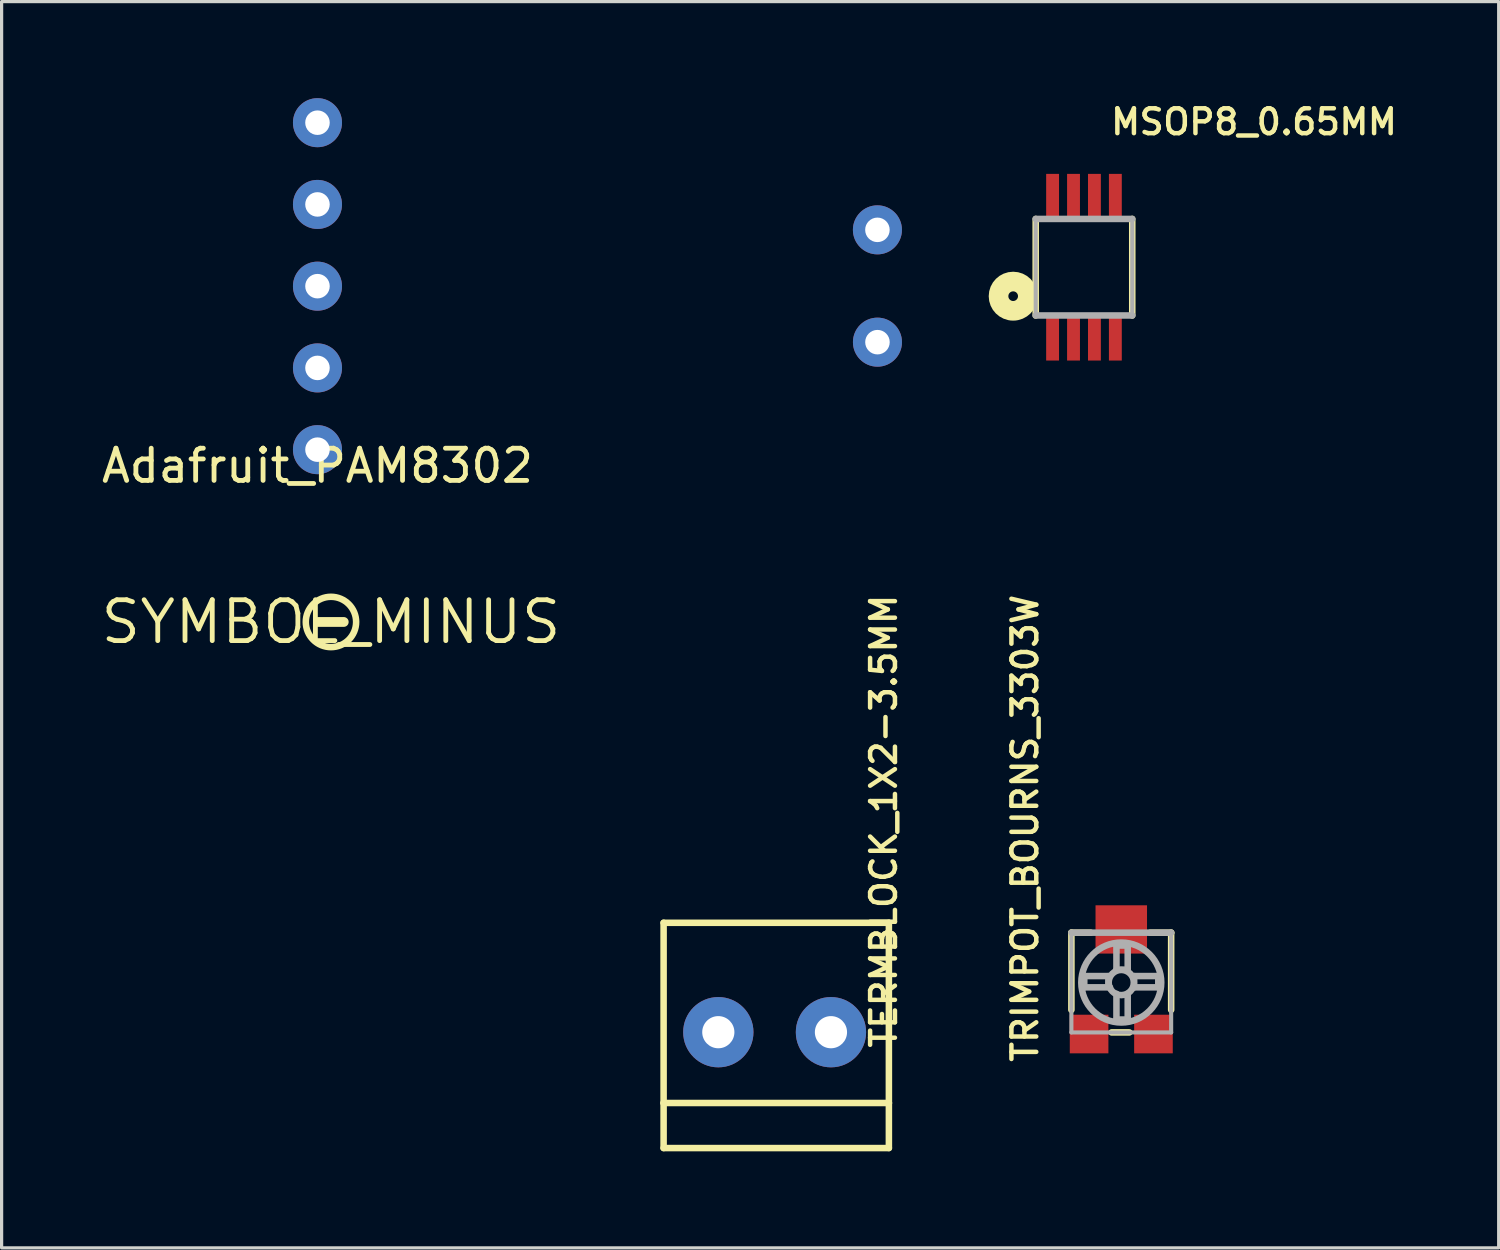
<source format=kicad_pcb>
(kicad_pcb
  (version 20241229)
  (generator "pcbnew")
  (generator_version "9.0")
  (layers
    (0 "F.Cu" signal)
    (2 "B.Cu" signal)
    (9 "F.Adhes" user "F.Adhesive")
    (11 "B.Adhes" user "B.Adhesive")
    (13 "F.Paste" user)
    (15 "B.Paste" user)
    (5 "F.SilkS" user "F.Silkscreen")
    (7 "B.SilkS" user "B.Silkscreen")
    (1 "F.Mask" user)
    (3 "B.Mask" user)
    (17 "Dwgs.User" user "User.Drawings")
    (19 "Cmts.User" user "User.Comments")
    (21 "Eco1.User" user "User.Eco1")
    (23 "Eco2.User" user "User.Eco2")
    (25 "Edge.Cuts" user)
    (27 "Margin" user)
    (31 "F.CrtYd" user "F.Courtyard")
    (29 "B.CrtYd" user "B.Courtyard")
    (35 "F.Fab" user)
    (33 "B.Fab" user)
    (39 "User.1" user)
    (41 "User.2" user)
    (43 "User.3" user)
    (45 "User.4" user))
  (footprint "MSOP8_0.65MM"
    (layer "F.Cu")
    (at 30.632 5.253)
    (property "Reference" "MSOP8_0.65MM" (at 0.762 -4.064 180) (layer "F.SilkS") (effects (font (size 0.772 0.772) (thickness 0.139)) (justify left bottom)))
    (attr through_hole)
    (fp_poly (pts (xy -1.25 -1.4) (xy -0.7 -1.4) (xy -0.7 -3) (xy -1.25 -3)) (stroke (width 0) (type solid)) (fill yes) (layer "F.Mask"))
    (fp_poly (pts (xy -1.25 3) (xy -0.7 3) (xy -0.7 1.4) (xy -1.25 1.4)) (stroke (width 0) (type solid)) (fill yes) (layer "F.Mask"))
    (fp_poly (pts (xy -0.6 -1.4) (xy -0.05 -1.4) (xy -0.05 -3) (xy -0.6 -3)) (stroke (width 0) (type solid)) (fill yes) (layer "F.Mask"))
    (fp_poly (pts (xy -0.6 3) (xy -0.05 3) (xy -0.05 1.4) (xy -0.6 1.4)) (stroke (width 0) (type solid)) (fill yes) (layer "F.Mask"))
    (fp_poly (pts (xy 0.05 -1.4) (xy 0.6 -1.4) (xy 0.6 -3) (xy 0.05 -3)) (stroke (width 0) (type solid)) (fill yes) (layer "F.Mask"))
    (fp_poly (pts (xy 0.05 3) (xy 0.6 3) (xy 0.6 1.4) (xy 0.05 1.4)) (stroke (width 0) (type solid)) (fill yes) (layer "F.Mask"))
    (fp_poly (pts (xy 0.7 -1.4) (xy 1.25 -1.4) (xy 1.25 -3) (xy 0.7 -3)) (stroke (width 0) (type solid)) (fill yes) (layer "F.Mask"))
    (fp_poly (pts (xy 0.7 3) (xy 1.25 3) (xy 1.25 1.4) (xy 0.7 1.4)) (stroke (width 0) (type solid)) (fill yes) (layer "F.Mask"))
    (fp_line (start -1.5 -1.5) (end -1.5 1.5) (stroke (width 0.203) (type solid)) (layer "F.SilkS"))
    (fp_line (start 1.5 1.5) (end 1.5 -1.5) (stroke (width 0.203) (type solid)) (layer "F.SilkS"))
    (fp_circle (center -2.2 0.9) (end -2.05 0.9) (stroke (width 0.61) (type solid)) (fill no) (layer "F.SilkS"))
    (fp_line (start -1.5 -1.5) (end -1.5 1.5) (stroke (width 0.127) (type solid)) (layer "F.Fab"))
    (fp_line (start -1.5 1.5) (end 1.5 1.5) (stroke (width 0.203) (type solid)) (layer "F.Fab"))
    (fp_line (start 1.5 -1.5) (end -1.5 -1.5) (stroke (width 0.203) (type solid)) (layer "F.Fab"))
    (fp_line (start 1.5 1.5) (end 1.5 -1.5) (stroke (width 0.127) (type solid)) (layer "F.Fab"))
    (pad "1" smd rect (at -0.975 2.2 90) (size 1.4 0.4) (layers "F.Cu" "F.Mask" "F.Paste"))
    (pad "2" smd rect (at -0.325 2.2 90) (size 1.4 0.4) (layers "F.Cu" "F.Mask" "F.Paste"))
    (pad "3" smd rect (at 0.325 2.2 90) (size 1.4 0.4) (layers "F.Cu" "F.Mask" "F.Paste"))
    (pad "4" smd rect (at 0.975 2.2 90) (size 1.4 0.4) (layers "F.Cu" "F.Mask" "F.Paste"))
    (pad "5" smd rect (at 0.975 -2.2 90) (size 1.4 0.4) (layers "F.Cu" "F.Mask" "F.Paste"))
    (pad "6" smd rect (at 0.325 -2.2 90) (size 1.4 0.4) (layers "F.Cu" "F.Mask" "F.Paste"))
    (pad "7" smd rect (at -0.325 -2.2 90) (size 1.4 0.4) (layers "F.Cu" "F.Mask" "F.Paste"))
    (pad "8" smd rect (at -0.975 -2.2 90) (size 1.4 0.4) (layers "F.Cu" "F.Mask" "F.Paste")))
  (footprint "TERMBLOCK_1X2-3.5MM"
    (layer "F.Cu")
    (at 20.97 29.023)
    (property "Reference" "TERMBLOCK_1X2-3.5MM" (at 3.89 0.556 270) (layer "F.SilkS") (effects (font (size 0.772 0.772) (thickness 0.139)) (justify left bottom)))
    (attr through_hole)
    (fp_line (start -3.4 -3.4) (end -3.4 2.2) (stroke (width 0.203) (type solid)) (layer "F.SilkS"))
    (fp_line (start -3.4 2.2) (end -3.4 3.6) (stroke (width 0.203) (type solid)) (layer "F.SilkS"))
    (fp_line (start -3.4 2.2) (end 3.6 2.2) (stroke (width 0.203) (type solid)) (layer "F.SilkS"))
    (fp_line (start -3.4 3.6) (end 3.6 3.6) (stroke (width 0.203) (type solid)) (layer "F.SilkS"))
    (fp_line (start 3.6 -3.4) (end -3.4 -3.4) (stroke (width 0.203) (type solid)) (layer "F.SilkS"))
    (fp_line (start 3.6 2.2) (end 3.6 -3.4) (stroke (width 0.203) (type solid)) (layer "F.SilkS"))
    (fp_line (start 3.6 3.6) (end 3.6 2.2) (stroke (width 0.203) (type solid)) (layer "F.SilkS"))
    (pad "1" thru_hole circle (at 1.8 0) (size 2.184 2.184) (drill 1) (layers "*.Cu" "*.Mask"))
    (pad "2" thru_hole circle (at -1.7 0) (size 2.184 2.184) (drill 1) (layers "*.Cu" "*.Mask")))
  (footprint "TRIMPOT_BOURNS_3303W"
    (layer "F.Cu")
    (at 31.791 27.48)
    (property "Reference" "TRIMPOT_BOURNS_3303W" (at -2.54 2.54 90) (layer "F.SilkS") (effects (font (size 0.772 0.772) (thickness 0.139)) (justify left bottom)))
    (attr through_hole)
    (fp_line (start -1.55 -1.55) (end -0.95 -1.55) (stroke (width 0.203) (type solid)) (layer "F.SilkS"))
    (fp_line (start -1.55 0.85) (end -1.55 -1.55) (stroke (width 0.203) (type solid)) (layer "F.SilkS"))
    (fp_line (start -0.3 1.55) (end 0.25 1.55) (stroke (width 0.203) (type solid)) (layer "F.SilkS"))
    (fp_line (start 0.9 -1.55) (end 1.55 -1.55) (stroke (width 0.203) (type solid)) (layer "F.SilkS"))
    (fp_line (start 1.55 -1.55) (end 1.55 0.85) (stroke (width 0.203) (type solid)) (layer "F.SilkS"))
    (fp_line (start -1.55 -1.55) (end 1.55 -1.55) (stroke (width 0.203) (type solid)) (layer "F.Fab"))
    (fp_line (start -1.55 1.55) (end -1.55 -1.55) (stroke (width 0.127) (type solid)) (layer "F.Fab"))
    (fp_line (start -1.15 -0.2) (end -0.4 -0.2) (stroke (width 0.203) (type solid)) (layer "F.Fab"))
    (fp_line (start -1.15 0.15) (end -1.15 -0.2) (stroke (width 0.203) (type solid)) (layer "F.Fab"))
    (fp_line (start -0.4 -0.2) (end -0.4 0.1) (stroke (width 0.203) (type solid)) (layer "F.Fab"))
    (fp_line (start -0.35 0.15) (end -1.15 0.15) (stroke (width 0.203) (type solid)) (layer "F.Fab"))
    (fp_line (start -0.15 -1.15) (end 0.2 -1.15) (stroke (width 0.203) (type solid)) (layer "F.Fab"))
    (fp_line (start -0.15 -0.4) (end -0.15 -1.15) (stroke (width 0.203) (type solid)) (layer "F.Fab"))
    (fp_line (start -0.15 0.35) (end -0.15 1.15) (stroke (width 0.203) (type solid)) (layer "F.Fab"))
    (fp_line (start -0.15 1.15) (end 0.2 1.15) (stroke (width 0.203) (type solid)) (layer "F.Fab"))
    (fp_line (start 0.2 -1.15) (end 0.2 -0.4) (stroke (width 0.203) (type solid)) (layer "F.Fab"))
    (fp_line (start 0.2 -0.4) (end -0.15 -0.4) (stroke (width 0.203) (type solid)) (layer "F.Fab"))
    (fp_line (start 0.2 1.15) (end 0.2 0.35) (stroke (width 0.203) (type solid)) (layer "F.Fab"))
    (fp_line (start 0.4 -0.2) (end 1.15 -0.2) (stroke (width 0.203) (type solid)) (layer "F.Fab"))
    (fp_line (start 0.4 0.15) (end 0.4 -0.2) (stroke (width 0.203) (type solid)) (layer "F.Fab"))
    (fp_line (start 1.15 -0.2) (end 1.15 0.15) (stroke (width 0.203) (type solid)) (layer "F.Fab"))
    (fp_line (start 1.15 0.15) (end 0.4 0.15) (stroke (width 0.203) (type solid)) (layer "F.Fab"))
    (fp_line (start 1.55 -1.55) (end 1.55 1.55) (stroke (width 0.127) (type solid)) (layer "F.Fab"))
    (fp_line (start 1.55 1.55) (end -1.55 1.55) (stroke (width 0.127) (type solid)) (layer "F.Fab"))
    (fp_circle (center 0 0) (end 0.391 0) (stroke (width 0.203) (type solid)) (fill no) (layer "F.Fab"))
    (fp_circle (center 0 0) (end 1.242 0) (stroke (width 0.203) (type solid)) (fill no) (layer "F.Fab"))
    (pad "1" smd rect (at -1 1.6 90) (size 1.2 1.2) (layers "F.Cu" "F.Mask" "F.Paste"))
    (pad "2" smd rect (at 0 -1.65) (size 1.6 1.5) (layers "F.Cu" "F.Mask" "F.Paste"))
    (pad "3" smd rect (at 1 1.6 90) (size 1.2 1.2) (layers "F.Cu" "F.Mask" "F.Paste")))
  (footprint "Adafruit_PAM8302"
    (layer "F.Cu")
    (at 6.815 10.922)
    (property "Reference" "Adafruit_PAM8302" (at 0 0.5 0) (layer "F.SilkS") (effects (font (size 1 1) (thickness 0.15))))
    (attr through_hole)
    (fp_line (start 0 -5.08) (end 17.399 -5.08) (stroke (width 0.001) (type solid)) (layer "F.SilkS"))
    (pad "1" thru_hole circle (at 0 0) (size 1.524 1.524) (drill 0.762) (layers "*.Cu" "*.Mask"))
    (pad "2" thru_hole circle (at 0 -2.54) (size 1.524 1.524) (drill 0.762) (layers "*.Cu" "*.Mask"))
    (pad "3" thru_hole circle (at 0 -5.08) (size 1.524 1.524) (drill 0.762) (layers "*.Cu" "*.Mask"))
    (pad "4" thru_hole circle (at 0 -7.62) (size 1.524 1.524) (drill 0.762) (layers "*.Cu" "*.Mask"))
    (pad "5" thru_hole circle (at 0 -10.16) (size 1.524 1.524) (drill 0.762) (layers "*.Cu" "*.Mask"))
    (pad "6" thru_hole circle (at 17.399 -6.83) (size 1.524 1.524) (drill 0.762) (layers "*.Cu" "*.Mask"))
    (pad "7" thru_hole circle (at 17.4 -3.34) (size 1.524 1.524) (drill 0.762) (layers "*.Cu" "*.Mask")))
  (footprint "SYMBOL_MINUS"
    (layer "F.Cu")
    (at 7.234 16.276)
    (property "Reference" "SYMBOL_MINUS" (at 0 0 0) (layer "F.SilkS") (effects (font (size 1.27 1.27) (thickness 0.15))))
    (attr through_hole)
    (fp_line (start 0.397 0) (end -0.397 0) (stroke (width 0.305) (type solid)) (layer "F.SilkS"))
    (fp_circle (center 0 0) (end 0.782 0) (stroke (width 0.203) (type solid)) (fill no) (layer "F.SilkS")))
  (gr_rect
    (start -3 -3)
    (end 43.518 35.724)
    (stroke (width 0.1) (type default))
    (fill no)
    (layer "Edge.Cuts")))
</source>
